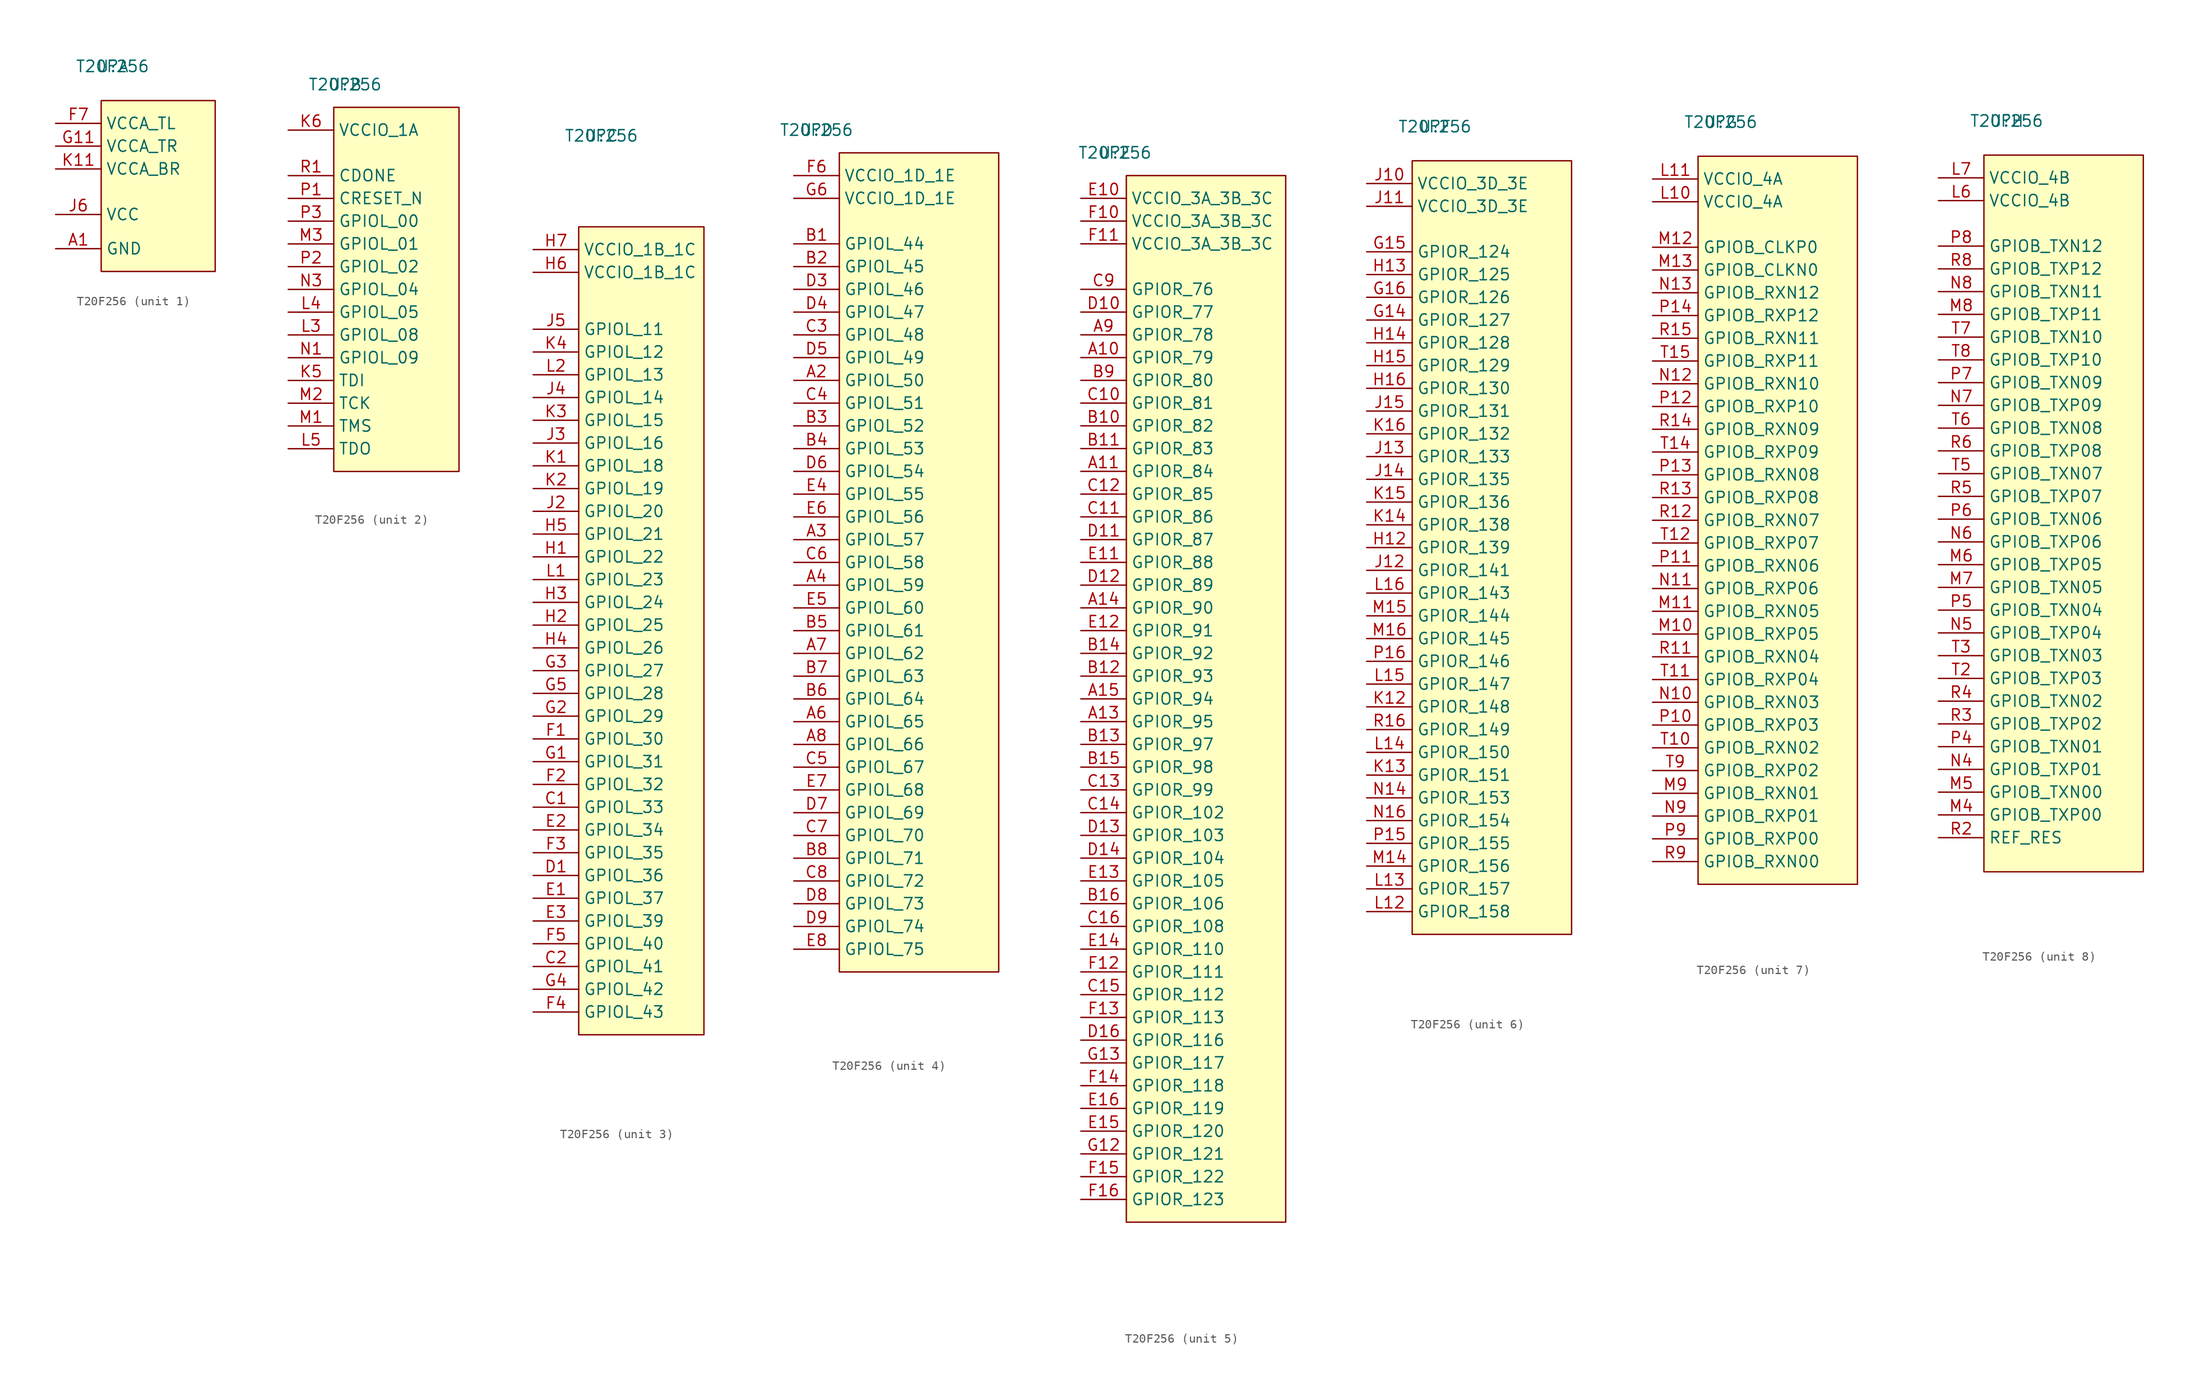
<source format=kicad_sym>
(kicad_symbol_lib
  (version 20211014)
  (generator kicad_symbol_editor)
  (symbol "T20F256"
    (property "Reference" "U"
      (at -5.08 1.27 0)
      (effects (font (size 1.27 1.27))))
    (property "Value" "T20F256"
      (at -5.08 1.27 0)
      (effects (font (size 1.27 1.27))))
    (property "ki_locked" ""
      (at 0 0 0)
      (effects (font (size 1.27 1.27))))
    (symbol "T20F256_1_1"
      (rectangle (start -6.35 -2.54) (end 6.35 -21.59) (stroke (width 0) (type default) (color 0 0 0 0)) (fill (type background)))
      (pin power_in line (at -11.43 -19.05 0) (length 5.08) (name "GND" (effects (font (size 1.27 1.27)))) (number "A1" (effects (font (size 1.27 1.27)))))
      (pin power_in line (at -11.43 -19.05 0) (length 5.08) hide (name "GND" (effects (font (size 1.27 1.27)))) (number "A12" (effects (font (size 1.27 1.27)))))
      (pin power_in line (at -11.43 -19.05 0) (length 5.08) hide (name "GND" (effects (font (size 1.27 1.27)))) (number "A16" (effects (font (size 1.27 1.27)))))
      (pin power_in line (at -11.43 -19.05 0) (length 5.08) hide (name "GND" (effects (font (size 1.27 1.27)))) (number "A5" (effects (font (size 1.27 1.27)))))
      (pin power_in line (at -11.43 -19.05 0) (length 5.08) hide (name "GND" (effects (font (size 1.27 1.27)))) (number "D15" (effects (font (size 1.27 1.27)))))
      (pin power_in line (at -11.43 -19.05 0) (length 5.08) hide (name "GND" (effects (font (size 1.27 1.27)))) (number "D2" (effects (font (size 1.27 1.27)))))
      (pin power_in line (at -11.43 -15.24 0) (length 5.08) hide (name "VCC" (effects (font (size 1.27 1.27)))) (number "E9" (effects (font (size 1.27 1.27)))))
      (pin power_in line (at -11.43 -5.08 0) (length 5.08) (name "VCCA_TL" (effects (font (size 1.27 1.27)))) (number "F7" (effects (font (size 1.27 1.27)))))
      (pin power_in line (at -11.43 -15.24 0) (length 5.08) hide (name "VCC" (effects (font (size 1.27 1.27)))) (number "F8" (effects (font (size 1.27 1.27)))))
      (pin power_in line (at -11.43 -15.24 0) (length 5.08) hide (name "VCC" (effects (font (size 1.27 1.27)))) (number "F9" (effects (font (size 1.27 1.27)))))
      (pin power_in line (at -11.43 -19.05 0) (length 5.08) hide (name "GND" (effects (font (size 1.27 1.27)))) (number "G10" (effects (font (size 1.27 1.27)))))
      (pin power_in line (at -11.43 -7.62 0) (length 5.08) (name "VCCA_TR" (effects (font (size 1.27 1.27)))) (number "G11" (effects (font (size 1.27 1.27)))))
      (pin power_in line (at -11.43 -19.05 0) (length 5.08) hide (name "GND" (effects (font (size 1.27 1.27)))) (number "G7" (effects (font (size 1.27 1.27)))))
      (pin power_in line (at -11.43 -19.05 0) (length 5.08) hide (name "GND" (effects (font (size 1.27 1.27)))) (number "G8" (effects (font (size 1.27 1.27)))))
      (pin power_in line (at -11.43 -19.05 0) (length 5.08) hide (name "GND" (effects (font (size 1.27 1.27)))) (number "G9" (effects (font (size 1.27 1.27)))))
      (pin power_in line (at -11.43 -19.05 0) (length 5.08) hide (name "GND" (effects (font (size 1.27 1.27)))) (number "H10" (effects (font (size 1.27 1.27)))))
      (pin power_in line (at -11.43 -19.05 0) (length 5.08) hide (name "GND" (effects (font (size 1.27 1.27)))) (number "H11" (effects (font (size 1.27 1.27)))))
      (pin power_in line (at -11.43 -19.05 0) (length 5.08) hide (name "GND" (effects (font (size 1.27 1.27)))) (number "H8" (effects (font (size 1.27 1.27)))))
      (pin power_in line (at -11.43 -19.05 0) (length 5.08) hide (name "GND" (effects (font (size 1.27 1.27)))) (number "H9" (effects (font (size 1.27 1.27)))))
      (pin power_in line (at -11.43 -19.05 0) (length 5.08) hide (name "GND" (effects (font (size 1.27 1.27)))) (number "J1" (effects (font (size 1.27 1.27)))))
      (pin power_in line (at -11.43 -19.05 0) (length 5.08) hide (name "GND" (effects (font (size 1.27 1.27)))) (number "J16" (effects (font (size 1.27 1.27)))))
      (pin power_in line (at -11.43 -15.24 0) (length 5.08) (name "VCC" (effects (font (size 1.27 1.27)))) (number "J6" (effects (font (size 1.27 1.27)))))
      (pin power_in line (at -11.43 -15.24 0) (length 5.08) hide (name "VCC" (effects (font (size 1.27 1.27)))) (number "J7" (effects (font (size 1.27 1.27)))))
      (pin power_in line (at -11.43 -19.05 0) (length 5.08) hide (name "GND" (effects (font (size 1.27 1.27)))) (number "J8" (effects (font (size 1.27 1.27)))))
      (pin power_in line (at -11.43 -19.05 0) (length 5.08) hide (name "GND" (effects (font (size 1.27 1.27)))) (number "J9" (effects (font (size 1.27 1.27)))))
      (pin power_in line (at -11.43 -19.05 0) (length 5.08) hide (name "GND" (effects (font (size 1.27 1.27)))) (number "K10" (effects (font (size 1.27 1.27)))))
      (pin power_in line (at -11.43 -10.16 0) (length 5.08) (name "VCCA_BR" (effects (font (size 1.27 1.27)))) (number "K11" (effects (font (size 1.27 1.27)))))
      (pin power_in line (at -11.43 -19.05 0) (length 5.08) hide (name "GND" (effects (font (size 1.27 1.27)))) (number "K7" (effects (font (size 1.27 1.27)))))
      (pin power_in line (at -11.43 -19.05 0) (length 5.08) hide (name "GND" (effects (font (size 1.27 1.27)))) (number "K8" (effects (font (size 1.27 1.27)))))
      (pin power_in line (at -11.43 -15.24 0) (length 5.08) hide (name "VCC" (effects (font (size 1.27 1.27)))) (number "K9" (effects (font (size 1.27 1.27)))))
      (pin power_in line (at -11.43 -19.05 0) (length 5.08) hide (name "GND" (effects (font (size 1.27 1.27)))) (number "L8" (effects (font (size 1.27 1.27)))))
      (pin power_in line (at -11.43 -19.05 0) (length 5.08) hide (name "GND" (effects (font (size 1.27 1.27)))) (number "L9" (effects (font (size 1.27 1.27)))))
      (pin power_in line (at -11.43 -19.05 0) (length 5.08) hide (name "GND" (effects (font (size 1.27 1.27)))) (number "N15" (effects (font (size 1.27 1.27)))))
      (pin power_in line (at -11.43 -19.05 0) (length 5.08) hide (name "GND" (effects (font (size 1.27 1.27)))) (number "N2" (effects (font (size 1.27 1.27)))))
      (pin power_in line (at -11.43 -19.05 0) (length 5.08) hide (name "GND" (effects (font (size 1.27 1.27)))) (number "R10" (effects (font (size 1.27 1.27)))))
      (pin power_in line (at -11.43 -19.05 0) (length 5.08) hide (name "GND" (effects (font (size 1.27 1.27)))) (number "R7" (effects (font (size 1.27 1.27)))))
      (pin power_in line (at -11.43 -19.05 0) (length 5.08) hide (name "GND" (effects (font (size 1.27 1.27)))) (number "T1" (effects (font (size 1.27 1.27)))))
      (pin power_in line (at -11.43 -19.05 0) (length 5.08) hide (name "GND" (effects (font (size 1.27 1.27)))) (number "T13" (effects (font (size 1.27 1.27)))))
      (pin power_in line (at -11.43 -19.05 0) (length 5.08) hide (name "GND" (effects (font (size 1.27 1.27)))) (number "T16" (effects (font (size 1.27 1.27)))))
      (pin power_in line (at -11.43 -19.05 0) (length 5.08) hide (name "GND" (effects (font (size 1.27 1.27)))) (number "T4" (effects (font (size 1.27 1.27))))))
    (symbol "T20F256_2_1"
      (rectangle (start -6.35 -1.27) (end 7.62 -41.91) (stroke (width 0) (type default) (color 0 0 0 0)) (fill (type background)))
      (pin input line (at -11.43 -31.75 0) (length 5.08) (name "TDI" (effects (font (size 1.27 1.27)))) (number "K5" (effects (font (size 1.27 1.27)))))
      (pin power_in line (at -11.43 -3.81 0) (length 5.08) (name "VCCIO_1A" (effects (font (size 1.27 1.27)))) (number "K6" (effects (font (size 1.27 1.27)))))
      (pin bidirectional line (at -11.43 -26.67 0) (length 5.08) (name "GPIOL_08" (effects (font (size 1.27 1.27)))) (number "L3" (effects (font (size 1.27 1.27)))))
      (pin bidirectional line (at -11.43 -24.13 0) (length 5.08) (name "GPIOL_05" (effects (font (size 1.27 1.27)))) (number "L4" (effects (font (size 1.27 1.27)))))
      (pin output line (at -11.43 -39.37 0) (length 5.08) (name "TDO" (effects (font (size 1.27 1.27)))) (number "L5" (effects (font (size 1.27 1.27)))))
      (pin input line (at -11.43 -36.83 0) (length 5.08) (name "TMS" (effects (font (size 1.27 1.27)))) (number "M1" (effects (font (size 1.27 1.27)))))
      (pin input line (at -11.43 -34.29 0) (length 5.08) (name "TCK" (effects (font (size 1.27 1.27)))) (number "M2" (effects (font (size 1.27 1.27)))))
      (pin bidirectional line (at -11.43 -16.51 0) (length 5.08) (name "GPIOL_01" (effects (font (size 1.27 1.27)))) (number "M3" (effects (font (size 1.27 1.27)))))
      (pin bidirectional line (at -11.43 -29.21 0) (length 5.08) (name "GPIOL_09" (effects (font (size 1.27 1.27)))) (number "N1" (effects (font (size 1.27 1.27)))))
      (pin bidirectional line (at -11.43 -21.59 0) (length 5.08) (name "GPIOL_04" (effects (font (size 1.27 1.27)))) (number "N3" (effects (font (size 1.27 1.27)))))
      (pin input line (at -11.43 -11.43 0) (length 5.08) (name "CRESET_N" (effects (font (size 1.27 1.27)))) (number "P1" (effects (font (size 1.27 1.27)))))
      (pin bidirectional line (at -11.43 -19.05 0) (length 5.08) (name "GPIOL_02" (effects (font (size 1.27 1.27)))) (number "P2" (effects (font (size 1.27 1.27)))))
      (pin bidirectional line (at -11.43 -13.97 0) (length 5.08) (name "GPIOL_00" (effects (font (size 1.27 1.27)))) (number "P3" (effects (font (size 1.27 1.27)))))
      (pin bidirectional line (at -11.43 -8.89 0) (length 5.08) (name "CDONE" (effects (font (size 1.27 1.27)))) (number "R1" (effects (font (size 1.27 1.27))))))
    (symbol "T20F256_3_1"
      (rectangle (start -7.62 -8.89) (end 6.35 -99.06) (stroke (width 0) (type default) (color 0 0 0 0)) (fill (type background)))
      (pin bidirectional line (at -12.7 -73.66 0) (length 5.08) (name "GPIOL_33" (effects (font (size 1.27 1.27)))) (number "C1" (effects (font (size 1.27 1.27)))))
      (pin bidirectional line (at -12.7 -91.44 0) (length 5.08) (name "GPIOL_41" (effects (font (size 1.27 1.27)))) (number "C2" (effects (font (size 1.27 1.27)))))
      (pin bidirectional line (at -12.7 -81.28 0) (length 5.08) (name "GPIOL_36" (effects (font (size 1.27 1.27)))) (number "D1" (effects (font (size 1.27 1.27)))))
      (pin bidirectional line (at -12.7 -83.82 0) (length 5.08) (name "GPIOL_37" (effects (font (size 1.27 1.27)))) (number "E1" (effects (font (size 1.27 1.27)))))
      (pin bidirectional line (at -12.7 -76.2 0) (length 5.08) (name "GPIOL_34" (effects (font (size 1.27 1.27)))) (number "E2" (effects (font (size 1.27 1.27)))))
      (pin bidirectional line (at -12.7 -86.36 0) (length 5.08) (name "GPIOL_39" (effects (font (size 1.27 1.27)))) (number "E3" (effects (font (size 1.27 1.27)))))
      (pin bidirectional line (at -12.7 -66.04 0) (length 5.08) (name "GPIOL_30" (effects (font (size 1.27 1.27)))) (number "F1" (effects (font (size 1.27 1.27)))))
      (pin bidirectional line (at -12.7 -71.12 0) (length 5.08) (name "GPIOL_32" (effects (font (size 1.27 1.27)))) (number "F2" (effects (font (size 1.27 1.27)))))
      (pin bidirectional line (at -12.7 -78.74 0) (length 5.08) (name "GPIOL_35" (effects (font (size 1.27 1.27)))) (number "F3" (effects (font (size 1.27 1.27)))))
      (pin bidirectional line (at -12.7 -96.52 0) (length 5.08) (name "GPIOL_43" (effects (font (size 1.27 1.27)))) (number "F4" (effects (font (size 1.27 1.27)))))
      (pin bidirectional line (at -12.7 -88.9 0) (length 5.08) (name "GPIOL_40" (effects (font (size 1.27 1.27)))) (number "F5" (effects (font (size 1.27 1.27)))))
      (pin bidirectional line (at -12.7 -68.58 0) (length 5.08) (name "GPIOL_31" (effects (font (size 1.27 1.27)))) (number "G1" (effects (font (size 1.27 1.27)))))
      (pin bidirectional line (at -12.7 -63.5 0) (length 5.08) (name "GPIOL_29" (effects (font (size 1.27 1.27)))) (number "G2" (effects (font (size 1.27 1.27)))))
      (pin bidirectional line (at -12.7 -58.42 0) (length 5.08) (name "GPIOL_27" (effects (font (size 1.27 1.27)))) (number "G3" (effects (font (size 1.27 1.27)))))
      (pin bidirectional line (at -12.7 -93.98 0) (length 5.08) (name "GPIOL_42" (effects (font (size 1.27 1.27)))) (number "G4" (effects (font (size 1.27 1.27)))))
      (pin bidirectional line (at -12.7 -60.96 0) (length 5.08) (name "GPIOL_28" (effects (font (size 1.27 1.27)))) (number "G5" (effects (font (size 1.27 1.27)))))
      (pin bidirectional line (at -12.7 -45.72 0) (length 5.08) (name "GPIOL_22" (effects (font (size 1.27 1.27)))) (number "H1" (effects (font (size 1.27 1.27)))))
      (pin bidirectional line (at -12.7 -53.34 0) (length 5.08) (name "GPIOL_25" (effects (font (size 1.27 1.27)))) (number "H2" (effects (font (size 1.27 1.27)))))
      (pin bidirectional line (at -12.7 -50.8 0) (length 5.08) (name "GPIOL_24" (effects (font (size 1.27 1.27)))) (number "H3" (effects (font (size 1.27 1.27)))))
      (pin bidirectional line (at -12.7 -55.88 0) (length 5.08) (name "GPIOL_26" (effects (font (size 1.27 1.27)))) (number "H4" (effects (font (size 1.27 1.27)))))
      (pin bidirectional line (at -12.7 -43.18 0) (length 5.08) (name "GPIOL_21" (effects (font (size 1.27 1.27)))) (number "H5" (effects (font (size 1.27 1.27)))))
      (pin power_in line (at -12.7 -13.97 0) (length 5.08) (name "VCCIO_1B_1C" (effects (font (size 1.27 1.27)))) (number "H6" (effects (font (size 1.27 1.27)))))
      (pin power_in line (at -12.7 -11.43 0) (length 5.08) (name "VCCIO_1B_1C" (effects (font (size 1.27 1.27)))) (number "H7" (effects (font (size 1.27 1.27)))))
      (pin bidirectional line (at -12.7 -40.64 0) (length 5.08) (name "GPIOL_20" (effects (font (size 1.27 1.27)))) (number "J2" (effects (font (size 1.27 1.27)))))
      (pin bidirectional line (at -12.7 -33.02 0) (length 5.08) (name "GPIOL_16" (effects (font (size 1.27 1.27)))) (number "J3" (effects (font (size 1.27 1.27)))))
      (pin bidirectional line (at -12.7 -27.94 0) (length 5.08) (name "GPIOL_14" (effects (font (size 1.27 1.27)))) (number "J4" (effects (font (size 1.27 1.27)))))
      (pin bidirectional line (at -12.7 -20.32 0) (length 5.08) (name "GPIOL_11" (effects (font (size 1.27 1.27)))) (number "J5" (effects (font (size 1.27 1.27)))))
      (pin bidirectional line (at -12.7 -35.56 0) (length 5.08) (name "GPIOL_18" (effects (font (size 1.27 1.27)))) (number "K1" (effects (font (size 1.27 1.27)))))
      (pin bidirectional line (at -12.7 -38.1 0) (length 5.08) (name "GPIOL_19" (effects (font (size 1.27 1.27)))) (number "K2" (effects (font (size 1.27 1.27)))))
      (pin bidirectional line (at -12.7 -30.48 0) (length 5.08) (name "GPIOL_15" (effects (font (size 1.27 1.27)))) (number "K3" (effects (font (size 1.27 1.27)))))
      (pin bidirectional line (at -12.7 -22.86 0) (length 5.08) (name "GPIOL_12" (effects (font (size 1.27 1.27)))) (number "K4" (effects (font (size 1.27 1.27)))))
      (pin bidirectional line (at -12.7 -48.26 0) (length 5.08) (name "GPIOL_23" (effects (font (size 1.27 1.27)))) (number "L1" (effects (font (size 1.27 1.27)))))
      (pin bidirectional line (at -12.7 -25.4 0) (length 5.08) (name "GPIOL_13" (effects (font (size 1.27 1.27)))) (number "L2" (effects (font (size 1.27 1.27))))))
    (symbol "T20F256_4_1"
      (rectangle (start -2.54 -1.27) (end 15.24 -92.71) (stroke (width 0) (type default) (color 0 0 0 0)) (fill (type background)))
      (pin bidirectional line (at -7.62 -26.67 0) (length 5.08) (name "GPIOL_50" (effects (font (size 1.27 1.27)))) (number "A2" (effects (font (size 1.27 1.27)))))
      (pin bidirectional line (at -7.62 -44.45 0) (length 5.08) (name "GPIOL_57" (effects (font (size 1.27 1.27)))) (number "A3" (effects (font (size 1.27 1.27)))))
      (pin bidirectional line (at -7.62 -49.53 0) (length 5.08) (name "GPIOL_59" (effects (font (size 1.27 1.27)))) (number "A4" (effects (font (size 1.27 1.27)))))
      (pin bidirectional line (at -7.62 -64.77 0) (length 5.08) (name "GPIOL_65" (effects (font (size 1.27 1.27)))) (number "A6" (effects (font (size 1.27 1.27)))))
      (pin bidirectional line (at -7.62 -57.15 0) (length 5.08) (name "GPIOL_62" (effects (font (size 1.27 1.27)))) (number "A7" (effects (font (size 1.27 1.27)))))
      (pin bidirectional line (at -7.62 -67.31 0) (length 5.08) (name "GPIOL_66" (effects (font (size 1.27 1.27)))) (number "A8" (effects (font (size 1.27 1.27)))))
      (pin bidirectional line (at -7.62 -11.43 0) (length 5.08) (name "GPIOL_44" (effects (font (size 1.27 1.27)))) (number "B1" (effects (font (size 1.27 1.27)))))
      (pin bidirectional line (at -7.62 -13.97 0) (length 5.08) (name "GPIOL_45" (effects (font (size 1.27 1.27)))) (number "B2" (effects (font (size 1.27 1.27)))))
      (pin bidirectional line (at -7.62 -31.75 0) (length 5.08) (name "GPIOL_52" (effects (font (size 1.27 1.27)))) (number "B3" (effects (font (size 1.27 1.27)))))
      (pin bidirectional line (at -7.62 -34.29 0) (length 5.08) (name "GPIOL_53" (effects (font (size 1.27 1.27)))) (number "B4" (effects (font (size 1.27 1.27)))))
      (pin bidirectional line (at -7.62 -54.61 0) (length 5.08) (name "GPIOL_61" (effects (font (size 1.27 1.27)))) (number "B5" (effects (font (size 1.27 1.27)))))
      (pin bidirectional line (at -7.62 -62.23 0) (length 5.08) (name "GPIOL_64" (effects (font (size 1.27 1.27)))) (number "B6" (effects (font (size 1.27 1.27)))))
      (pin bidirectional line (at -7.62 -59.69 0) (length 5.08) (name "GPIOL_63" (effects (font (size 1.27 1.27)))) (number "B7" (effects (font (size 1.27 1.27)))))
      (pin bidirectional line (at -7.62 -80.01 0) (length 5.08) (name "GPIOL_71" (effects (font (size 1.27 1.27)))) (number "B8" (effects (font (size 1.27 1.27)))))
      (pin bidirectional line (at -7.62 -21.59 0) (length 5.08) (name "GPIOL_48" (effects (font (size 1.27 1.27)))) (number "C3" (effects (font (size 1.27 1.27)))))
      (pin bidirectional line (at -7.62 -29.21 0) (length 5.08) (name "GPIOL_51" (effects (font (size 1.27 1.27)))) (number "C4" (effects (font (size 1.27 1.27)))))
      (pin bidirectional line (at -7.62 -69.85 0) (length 5.08) (name "GPIOL_67" (effects (font (size 1.27 1.27)))) (number "C5" (effects (font (size 1.27 1.27)))))
      (pin bidirectional line (at -7.62 -46.99 0) (length 5.08) (name "GPIOL_58" (effects (font (size 1.27 1.27)))) (number "C6" (effects (font (size 1.27 1.27)))))
      (pin bidirectional line (at -7.62 -77.47 0) (length 5.08) (name "GPIOL_70" (effects (font (size 1.27 1.27)))) (number "C7" (effects (font (size 1.27 1.27)))))
      (pin bidirectional line (at -7.62 -82.55 0) (length 5.08) (name "GPIOL_72" (effects (font (size 1.27 1.27)))) (number "C8" (effects (font (size 1.27 1.27)))))
      (pin bidirectional line (at -7.62 -16.51 0) (length 5.08) (name "GPIOL_46" (effects (font (size 1.27 1.27)))) (number "D3" (effects (font (size 1.27 1.27)))))
      (pin bidirectional line (at -7.62 -19.05 0) (length 5.08) (name "GPIOL_47" (effects (font (size 1.27 1.27)))) (number "D4" (effects (font (size 1.27 1.27)))))
      (pin bidirectional line (at -7.62 -24.13 0) (length 5.08) (name "GPIOL_49" (effects (font (size 1.27 1.27)))) (number "D5" (effects (font (size 1.27 1.27)))))
      (pin bidirectional line (at -7.62 -36.83 0) (length 5.08) (name "GPIOL_54" (effects (font (size 1.27 1.27)))) (number "D6" (effects (font (size 1.27 1.27)))))
      (pin bidirectional line (at -7.62 -74.93 0) (length 5.08) (name "GPIOL_69" (effects (font (size 1.27 1.27)))) (number "D7" (effects (font (size 1.27 1.27)))))
      (pin bidirectional line (at -7.62 -85.09 0) (length 5.08) (name "GPIOL_73" (effects (font (size 1.27 1.27)))) (number "D8" (effects (font (size 1.27 1.27)))))
      (pin bidirectional line (at -7.62 -87.63 0) (length 5.08) (name "GPIOL_74" (effects (font (size 1.27 1.27)))) (number "D9" (effects (font (size 1.27 1.27)))))
      (pin bidirectional line (at -7.62 -39.37 0) (length 5.08) (name "GPIOL_55" (effects (font (size 1.27 1.27)))) (number "E4" (effects (font (size 1.27 1.27)))))
      (pin bidirectional line (at -7.62 -52.07 0) (length 5.08) (name "GPIOL_60" (effects (font (size 1.27 1.27)))) (number "E5" (effects (font (size 1.27 1.27)))))
      (pin bidirectional line (at -7.62 -41.91 0) (length 5.08) (name "GPIOL_56" (effects (font (size 1.27 1.27)))) (number "E6" (effects (font (size 1.27 1.27)))))
      (pin bidirectional line (at -7.62 -72.39 0) (length 5.08) (name "GPIOL_68" (effects (font (size 1.27 1.27)))) (number "E7" (effects (font (size 1.27 1.27)))))
      (pin bidirectional line (at -7.62 -90.17 0) (length 5.08) (name "GPIOL_75" (effects (font (size 1.27 1.27)))) (number "E8" (effects (font (size 1.27 1.27)))))
      (pin power_in line (at -7.62 -3.81 0) (length 5.08) (name "VCCIO_1D_1E" (effects (font (size 1.27 1.27)))) (number "F6" (effects (font (size 1.27 1.27)))))
      (pin power_in line (at -7.62 -6.35 0) (length 5.08) (name "VCCIO_1D_1E" (effects (font (size 1.27 1.27)))) (number "G6" (effects (font (size 1.27 1.27))))))
    (symbol "T20F256_5_1"
      (rectangle (start -3.81 -1.27) (end 13.97 -118.11) (stroke (width 0) (type default) (color 0 0 0 0)) (fill (type background)))
      (pin bidirectional line (at -8.89 -21.59 0) (length 5.08) (name "GPIOR_79" (effects (font (size 1.27 1.27)))) (number "A10" (effects (font (size 1.27 1.27)))))
      (pin bidirectional line (at -8.89 -34.29 0) (length 5.08) (name "GPIOR_84" (effects (font (size 1.27 1.27)))) (number "A11" (effects (font (size 1.27 1.27)))))
      (pin bidirectional line (at -8.89 -62.23 0) (length 5.08) (name "GPIOR_95" (effects (font (size 1.27 1.27)))) (number "A13" (effects (font (size 1.27 1.27)))))
      (pin bidirectional line (at -8.89 -49.53 0) (length 5.08) (name "GPIOR_90" (effects (font (size 1.27 1.27)))) (number "A14" (effects (font (size 1.27 1.27)))))
      (pin bidirectional line (at -8.89 -59.69 0) (length 5.08) (name "GPIOR_94" (effects (font (size 1.27 1.27)))) (number "A15" (effects (font (size 1.27 1.27)))))
      (pin bidirectional line (at -8.89 -19.05 0) (length 5.08) (name "GPIOR_78" (effects (font (size 1.27 1.27)))) (number "A9" (effects (font (size 1.27 1.27)))))
      (pin bidirectional line (at -8.89 -29.21 0) (length 5.08) (name "GPIOR_82" (effects (font (size 1.27 1.27)))) (number "B10" (effects (font (size 1.27 1.27)))))
      (pin bidirectional line (at -8.89 -31.75 0) (length 5.08) (name "GPIOR_83" (effects (font (size 1.27 1.27)))) (number "B11" (effects (font (size 1.27 1.27)))))
      (pin bidirectional line (at -8.89 -57.15 0) (length 5.08) (name "GPIOR_93" (effects (font (size 1.27 1.27)))) (number "B12" (effects (font (size 1.27 1.27)))))
      (pin bidirectional line (at -8.89 -64.77 0) (length 5.08) (name "GPIOR_97" (effects (font (size 1.27 1.27)))) (number "B13" (effects (font (size 1.27 1.27)))))
      (pin bidirectional line (at -8.89 -54.61 0) (length 5.08) (name "GPIOR_92" (effects (font (size 1.27 1.27)))) (number "B14" (effects (font (size 1.27 1.27)))))
      (pin bidirectional line (at -8.89 -67.31 0) (length 5.08) (name "GPIOR_98" (effects (font (size 1.27 1.27)))) (number "B15" (effects (font (size 1.27 1.27)))))
      (pin bidirectional line (at -8.89 -82.55 0) (length 5.08) (name "GPIOR_106" (effects (font (size 1.27 1.27)))) (number "B16" (effects (font (size 1.27 1.27)))))
      (pin bidirectional line (at -8.89 -24.13 0) (length 5.08) (name "GPIOR_80" (effects (font (size 1.27 1.27)))) (number "B9" (effects (font (size 1.27 1.27)))))
      (pin bidirectional line (at -8.89 -26.67 0) (length 5.08) (name "GPIOR_81" (effects (font (size 1.27 1.27)))) (number "C10" (effects (font (size 1.27 1.27)))))
      (pin bidirectional line (at -8.89 -39.37 0) (length 5.08) (name "GPIOR_86" (effects (font (size 1.27 1.27)))) (number "C11" (effects (font (size 1.27 1.27)))))
      (pin bidirectional line (at -8.89 -36.83 0) (length 5.08) (name "GPIOR_85" (effects (font (size 1.27 1.27)))) (number "C12" (effects (font (size 1.27 1.27)))))
      (pin bidirectional line (at -8.89 -69.85 0) (length 5.08) (name "GPIOR_99" (effects (font (size 1.27 1.27)))) (number "C13" (effects (font (size 1.27 1.27)))))
      (pin bidirectional line (at -8.89 -72.39 0) (length 5.08) (name "GPIOR_102" (effects (font (size 1.27 1.27)))) (number "C14" (effects (font (size 1.27 1.27)))))
      (pin bidirectional line (at -8.89 -92.71 0) (length 5.08) (name "GPIOR_112" (effects (font (size 1.27 1.27)))) (number "C15" (effects (font (size 1.27 1.27)))))
      (pin bidirectional line (at -8.89 -85.09 0) (length 5.08) (name "GPIOR_108" (effects (font (size 1.27 1.27)))) (number "C16" (effects (font (size 1.27 1.27)))))
      (pin bidirectional line (at -8.89 -13.97 0) (length 5.08) (name "GPIOR_76" (effects (font (size 1.27 1.27)))) (number "C9" (effects (font (size 1.27 1.27)))))
      (pin bidirectional line (at -8.89 -16.51 0) (length 5.08) (name "GPIOR_77" (effects (font (size 1.27 1.27)))) (number "D10" (effects (font (size 1.27 1.27)))))
      (pin bidirectional line (at -8.89 -41.91 0) (length 5.08) (name "GPIOR_87" (effects (font (size 1.27 1.27)))) (number "D11" (effects (font (size 1.27 1.27)))))
      (pin bidirectional line (at -8.89 -46.99 0) (length 5.08) (name "GPIOR_89" (effects (font (size 1.27 1.27)))) (number "D12" (effects (font (size 1.27 1.27)))))
      (pin bidirectional line (at -8.89 -74.93 0) (length 5.08) (name "GPIOR_103" (effects (font (size 1.27 1.27)))) (number "D13" (effects (font (size 1.27 1.27)))))
      (pin bidirectional line (at -8.89 -77.47 0) (length 5.08) (name "GPIOR_104" (effects (font (size 1.27 1.27)))) (number "D14" (effects (font (size 1.27 1.27)))))
      (pin bidirectional line (at -8.89 -97.79 0) (length 5.08) (name "GPIOR_116" (effects (font (size 1.27 1.27)))) (number "D16" (effects (font (size 1.27 1.27)))))
      (pin power_in line (at -8.89 -3.81 0) (length 5.08) (name "VCCIO_3A_3B_3C" (effects (font (size 1.27 1.27)))) (number "E10" (effects (font (size 1.27 1.27)))))
      (pin bidirectional line (at -8.89 -44.45 0) (length 5.08) (name "GPIOR_88" (effects (font (size 1.27 1.27)))) (number "E11" (effects (font (size 1.27 1.27)))))
      (pin bidirectional line (at -8.89 -52.07 0) (length 5.08) (name "GPIOR_91" (effects (font (size 1.27 1.27)))) (number "E12" (effects (font (size 1.27 1.27)))))
      (pin bidirectional line (at -8.89 -80.01 0) (length 5.08) (name "GPIOR_105" (effects (font (size 1.27 1.27)))) (number "E13" (effects (font (size 1.27 1.27)))))
      (pin bidirectional line (at -8.89 -87.63 0) (length 5.08) (name "GPIOR_110" (effects (font (size 1.27 1.27)))) (number "E14" (effects (font (size 1.27 1.27)))))
      (pin bidirectional line (at -8.89 -107.95 0) (length 5.08) (name "GPIOR_120" (effects (font (size 1.27 1.27)))) (number "E15" (effects (font (size 1.27 1.27)))))
      (pin bidirectional line (at -8.89 -105.41 0) (length 5.08) (name "GPIOR_119" (effects (font (size 1.27 1.27)))) (number "E16" (effects (font (size 1.27 1.27)))))
      (pin power_in line (at -8.89 -6.35 0) (length 5.08) (name "VCCIO_3A_3B_3C" (effects (font (size 1.27 1.27)))) (number "F10" (effects (font (size 1.27 1.27)))))
      (pin power_in line (at -8.89 -8.89 0) (length 5.08) (name "VCCIO_3A_3B_3C" (effects (font (size 1.27 1.27)))) (number "F11" (effects (font (size 1.27 1.27)))))
      (pin bidirectional line (at -8.89 -90.17 0) (length 5.08) (name "GPIOR_111" (effects (font (size 1.27 1.27)))) (number "F12" (effects (font (size 1.27 1.27)))))
      (pin bidirectional line (at -8.89 -95.25 0) (length 5.08) (name "GPIOR_113" (effects (font (size 1.27 1.27)))) (number "F13" (effects (font (size 1.27 1.27)))))
      (pin bidirectional line (at -8.89 -102.87 0) (length 5.08) (name "GPIOR_118" (effects (font (size 1.27 1.27)))) (number "F14" (effects (font (size 1.27 1.27)))))
      (pin bidirectional line (at -8.89 -113.03 0) (length 5.08) (name "GPIOR_122" (effects (font (size 1.27 1.27)))) (number "F15" (effects (font (size 1.27 1.27)))))
      (pin bidirectional line (at -8.89 -115.57 0) (length 5.08) (name "GPIOR_123" (effects (font (size 1.27 1.27)))) (number "F16" (effects (font (size 1.27 1.27)))))
      (pin bidirectional line (at -8.89 -110.49 0) (length 5.08) (name "GPIOR_121" (effects (font (size 1.27 1.27)))) (number "G12" (effects (font (size 1.27 1.27)))))
      (pin bidirectional line (at -8.89 -100.33 0) (length 5.08) (name "GPIOR_117" (effects (font (size 1.27 1.27)))) (number "G13" (effects (font (size 1.27 1.27))))))
    (symbol "T20F256_6_1"
      (rectangle (start -7.62 -88.9) (end 10.16 -2.54) (stroke (width 0) (type default) (color 0 0 0 0)) (fill (type background)))
      (pin bidirectional line (at -12.7 -20.32 0) (length 5.08) (name "GPIOR_127" (effects (font (size 1.27 1.27)))) (number "G14" (effects (font (size 1.27 1.27)))))
      (pin bidirectional line (at -12.7 -12.7 0) (length 5.08) (name "GPIOR_124" (effects (font (size 1.27 1.27)))) (number "G15" (effects (font (size 1.27 1.27)))))
      (pin bidirectional line (at -12.7 -17.78 0) (length 5.08) (name "GPIOR_126" (effects (font (size 1.27 1.27)))) (number "G16" (effects (font (size 1.27 1.27)))))
      (pin bidirectional line (at -12.7 -45.72 0) (length 5.08) (name "GPIOR_139" (effects (font (size 1.27 1.27)))) (number "H12" (effects (font (size 1.27 1.27)))))
      (pin bidirectional line (at -12.7 -15.24 0) (length 5.08) (name "GPIOR_125" (effects (font (size 1.27 1.27)))) (number "H13" (effects (font (size 1.27 1.27)))))
      (pin bidirectional line (at -12.7 -22.86 0) (length 5.08) (name "GPIOR_128" (effects (font (size 1.27 1.27)))) (number "H14" (effects (font (size 1.27 1.27)))))
      (pin bidirectional line (at -12.7 -25.4 0) (length 5.08) (name "GPIOR_129" (effects (font (size 1.27 1.27)))) (number "H15" (effects (font (size 1.27 1.27)))))
      (pin bidirectional line (at -12.7 -27.94 0) (length 5.08) (name "GPIOR_130" (effects (font (size 1.27 1.27)))) (number "H16" (effects (font (size 1.27 1.27)))))
      (pin power_in line (at -12.7 -5.08 0) (length 5.08) (name "VCCIO_3D_3E" (effects (font (size 1.27 1.27)))) (number "J10" (effects (font (size 1.27 1.27)))))
      (pin power_in line (at -12.7 -7.62 0) (length 5.08) (name "VCCIO_3D_3E" (effects (font (size 1.27 1.27)))) (number "J11" (effects (font (size 1.27 1.27)))))
      (pin bidirectional line (at -12.7 -48.26 0) (length 5.08) (name "GPIOR_141" (effects (font (size 1.27 1.27)))) (number "J12" (effects (font (size 1.27 1.27)))))
      (pin bidirectional line (at -12.7 -35.56 0) (length 5.08) (name "GPIOR_133" (effects (font (size 1.27 1.27)))) (number "J13" (effects (font (size 1.27 1.27)))))
      (pin bidirectional line (at -12.7 -38.1 0) (length 5.08) (name "GPIOR_135" (effects (font (size 1.27 1.27)))) (number "J14" (effects (font (size 1.27 1.27)))))
      (pin bidirectional line (at -12.7 -30.48 0) (length 5.08) (name "GPIOR_131" (effects (font (size 1.27 1.27)))) (number "J15" (effects (font (size 1.27 1.27)))))
      (pin bidirectional line (at -12.7 -63.5 0) (length 5.08) (name "GPIOR_148" (effects (font (size 1.27 1.27)))) (number "K12" (effects (font (size 1.27 1.27)))))
      (pin bidirectional line (at -12.7 -71.12 0) (length 5.08) (name "GPIOR_151" (effects (font (size 1.27 1.27)))) (number "K13" (effects (font (size 1.27 1.27)))))
      (pin bidirectional line (at -12.7 -43.18 0) (length 5.08) (name "GPIOR_138" (effects (font (size 1.27 1.27)))) (number "K14" (effects (font (size 1.27 1.27)))))
      (pin bidirectional line (at -12.7 -40.64 0) (length 5.08) (name "GPIOR_136" (effects (font (size 1.27 1.27)))) (number "K15" (effects (font (size 1.27 1.27)))))
      (pin bidirectional line (at -12.7 -33.02 0) (length 5.08) (name "GPIOR_132" (effects (font (size 1.27 1.27)))) (number "K16" (effects (font (size 1.27 1.27)))))
      (pin bidirectional line (at -12.7 -86.36 0) (length 5.08) (name "GPIOR_158" (effects (font (size 1.27 1.27)))) (number "L12" (effects (font (size 1.27 1.27)))))
      (pin bidirectional line (at -12.7 -83.82 0) (length 5.08) (name "GPIOR_157" (effects (font (size 1.27 1.27)))) (number "L13" (effects (font (size 1.27 1.27)))))
      (pin bidirectional line (at -12.7 -68.58 0) (length 5.08) (name "GPIOR_150" (effects (font (size 1.27 1.27)))) (number "L14" (effects (font (size 1.27 1.27)))))
      (pin bidirectional line (at -12.7 -60.96 0) (length 5.08) (name "GPIOR_147" (effects (font (size 1.27 1.27)))) (number "L15" (effects (font (size 1.27 1.27)))))
      (pin bidirectional line (at -12.7 -50.8 0) (length 5.08) (name "GPIOR_143" (effects (font (size 1.27 1.27)))) (number "L16" (effects (font (size 1.27 1.27)))))
      (pin bidirectional line (at -12.7 -81.28 0) (length 5.08) (name "GPIOR_156" (effects (font (size 1.27 1.27)))) (number "M14" (effects (font (size 1.27 1.27)))))
      (pin bidirectional line (at -12.7 -53.34 0) (length 5.08) (name "GPIOR_144" (effects (font (size 1.27 1.27)))) (number "M15" (effects (font (size 1.27 1.27)))))
      (pin bidirectional line (at -12.7 -55.88 0) (length 5.08) (name "GPIOR_145" (effects (font (size 1.27 1.27)))) (number "M16" (effects (font (size 1.27 1.27)))))
      (pin bidirectional line (at -12.7 -73.66 0) (length 5.08) (name "GPIOR_153" (effects (font (size 1.27 1.27)))) (number "N14" (effects (font (size 1.27 1.27)))))
      (pin bidirectional line (at -12.7 -76.2 0) (length 5.08) (name "GPIOR_154" (effects (font (size 1.27 1.27)))) (number "N16" (effects (font (size 1.27 1.27)))))
      (pin bidirectional line (at -12.7 -78.74 0) (length 5.08) (name "GPIOR_155" (effects (font (size 1.27 1.27)))) (number "P15" (effects (font (size 1.27 1.27)))))
      (pin bidirectional line (at -12.7 -58.42 0) (length 5.08) (name "GPIOR_146" (effects (font (size 1.27 1.27)))) (number "P16" (effects (font (size 1.27 1.27)))))
      (pin bidirectional line (at -12.7 -66.04 0) (length 5.08) (name "GPIOR_149" (effects (font (size 1.27 1.27)))) (number "R16" (effects (font (size 1.27 1.27))))))
    (symbol "T20F256_7_1"
      (rectangle (start -7.62 -2.54) (end 10.16 -83.82) (stroke (width 0) (type default) (color 0 0 0 0)) (fill (type background)))
      (pin power_in line (at -12.7 -7.62 0) (length 5.08) (name "VCCIO_4A" (effects (font (size 1.27 1.27)))) (number "L10" (effects (font (size 1.27 1.27)))))
      (pin power_in line (at -12.7 -5.08 0) (length 5.08) (name "VCCIO_4A" (effects (font (size 1.27 1.27)))) (number "L11" (effects (font (size 1.27 1.27)))))
      (pin bidirectional line (at -12.7 -55.88 0) (length 5.08) (name "GPIOB_RXP05" (effects (font (size 1.27 1.27)))) (number "M10" (effects (font (size 1.27 1.27)))))
      (pin bidirectional line (at -12.7 -53.34 0) (length 5.08) (name "GPIOB_RXN05" (effects (font (size 1.27 1.27)))) (number "M11" (effects (font (size 1.27 1.27)))))
      (pin input line (at -12.7 -12.7 0) (length 5.08) (name "GPIOB_CLKP0" (effects (font (size 1.27 1.27)))) (number "M12" (effects (font (size 1.27 1.27)))))
      (pin input line (at -12.7 -15.24 0) (length 5.08) (name "GPIOB_CLKN0" (effects (font (size 1.27 1.27)))) (number "M13" (effects (font (size 1.27 1.27)))))
      (pin bidirectional line (at -12.7 -73.66 0) (length 5.08) (name "GPIOB_RXN01" (effects (font (size 1.27 1.27)))) (number "M9" (effects (font (size 1.27 1.27)))))
      (pin bidirectional line (at -12.7 -63.5 0) (length 5.08) (name "GPIOB_RXN03" (effects (font (size 1.27 1.27)))) (number "N10" (effects (font (size 1.27 1.27)))))
      (pin bidirectional line (at -12.7 -50.8 0) (length 5.08) (name "GPIOB_RXP06" (effects (font (size 1.27 1.27)))) (number "N11" (effects (font (size 1.27 1.27)))))
      (pin bidirectional line (at -12.7 -27.94 0) (length 5.08) (name "GPIOB_RXN10" (effects (font (size 1.27 1.27)))) (number "N12" (effects (font (size 1.27 1.27)))))
      (pin bidirectional line (at -12.7 -17.78 0) (length 5.08) (name "GPIOB_RXN12" (effects (font (size 1.27 1.27)))) (number "N13" (effects (font (size 1.27 1.27)))))
      (pin bidirectional line (at -12.7 -76.2 0) (length 5.08) (name "GPIOB_RXP01" (effects (font (size 1.27 1.27)))) (number "N9" (effects (font (size 1.27 1.27)))))
      (pin bidirectional line (at -12.7 -66.04 0) (length 5.08) (name "GPIOB_RXP03" (effects (font (size 1.27 1.27)))) (number "P10" (effects (font (size 1.27 1.27)))))
      (pin bidirectional line (at -12.7 -48.26 0) (length 5.08) (name "GPIOB_RXN06" (effects (font (size 1.27 1.27)))) (number "P11" (effects (font (size 1.27 1.27)))))
      (pin bidirectional line (at -12.7 -30.48 0) (length 5.08) (name "GPIOB_RXP10" (effects (font (size 1.27 1.27)))) (number "P12" (effects (font (size 1.27 1.27)))))
      (pin bidirectional line (at -12.7 -38.1 0) (length 5.08) (name "GPIOB_RXN08" (effects (font (size 1.27 1.27)))) (number "P13" (effects (font (size 1.27 1.27)))))
      (pin bidirectional line (at -12.7 -20.32 0) (length 5.08) (name "GPIOB_RXP12" (effects (font (size 1.27 1.27)))) (number "P14" (effects (font (size 1.27 1.27)))))
      (pin bidirectional line (at -12.7 -78.74 0) (length 5.08) (name "GPIOB_RXP00" (effects (font (size 1.27 1.27)))) (number "P9" (effects (font (size 1.27 1.27)))))
      (pin bidirectional line (at -12.7 -58.42 0) (length 5.08) (name "GPIOB_RXN04" (effects (font (size 1.27 1.27)))) (number "R11" (effects (font (size 1.27 1.27)))))
      (pin bidirectional line (at -12.7 -43.18 0) (length 5.08) (name "GPIOB_RXN07" (effects (font (size 1.27 1.27)))) (number "R12" (effects (font (size 1.27 1.27)))))
      (pin bidirectional line (at -12.7 -40.64 0) (length 5.08) (name "GPIOB_RXP08" (effects (font (size 1.27 1.27)))) (number "R13" (effects (font (size 1.27 1.27)))))
      (pin bidirectional line (at -12.7 -33.02 0) (length 5.08) (name "GPIOB_RXN09" (effects (font (size 1.27 1.27)))) (number "R14" (effects (font (size 1.27 1.27)))))
      (pin bidirectional line (at -12.7 -22.86 0) (length 5.08) (name "GPIOB_RXN11" (effects (font (size 1.27 1.27)))) (number "R15" (effects (font (size 1.27 1.27)))))
      (pin bidirectional line (at -12.7 -81.28 0) (length 5.08) (name "GPIOB_RXN00" (effects (font (size 1.27 1.27)))) (number "R9" (effects (font (size 1.27 1.27)))))
      (pin bidirectional line (at -12.7 -68.58 0) (length 5.08) (name "GPIOB_RXN02" (effects (font (size 1.27 1.27)))) (number "T10" (effects (font (size 1.27 1.27)))))
      (pin bidirectional line (at -12.7 -60.96 0) (length 5.08) (name "GPIOB_RXP04" (effects (font (size 1.27 1.27)))) (number "T11" (effects (font (size 1.27 1.27)))))
      (pin bidirectional line (at -12.7 -45.72 0) (length 5.08) (name "GPIOB_RXP07" (effects (font (size 1.27 1.27)))) (number "T12" (effects (font (size 1.27 1.27)))))
      (pin bidirectional line (at -12.7 -35.56 0) (length 5.08) (name "GPIOB_RXP09" (effects (font (size 1.27 1.27)))) (number "T14" (effects (font (size 1.27 1.27)))))
      (pin bidirectional line (at -12.7 -25.4 0) (length 5.08) (name "GPIOB_RXP11" (effects (font (size 1.27 1.27)))) (number "T15" (effects (font (size 1.27 1.27)))))
      (pin bidirectional line (at -12.7 -71.12 0) (length 5.08) (name "GPIOB_RXP02" (effects (font (size 1.27 1.27)))) (number "T9" (effects (font (size 1.27 1.27))))))
    (symbol "T20F256_8_1"
      (rectangle (start -7.62 -2.54) (end 10.16 -82.55) (stroke (width 0) (type default) (color 0 0 0 0)) (fill (type background)))
      (pin power_in line (at -12.7 -7.62 0) (length 5.08) (name "VCCIO_4B" (effects (font (size 1.27 1.27)))) (number "L6" (effects (font (size 1.27 1.27)))))
      (pin power_in line (at -12.7 -5.08 0) (length 5.08) (name "VCCIO_4B" (effects (font (size 1.27 1.27)))) (number "L7" (effects (font (size 1.27 1.27)))))
      (pin bidirectional line (at -12.7 -76.2 0) (length 5.08) (name "GPIOB_TXP00" (effects (font (size 1.27 1.27)))) (number "M4" (effects (font (size 1.27 1.27)))))
      (pin bidirectional line (at -12.7 -73.66 0) (length 5.08) (name "GPIOB_TXN00" (effects (font (size 1.27 1.27)))) (number "M5" (effects (font (size 1.27 1.27)))))
      (pin bidirectional line (at -12.7 -48.26 0) (length 5.08) (name "GPIOB_TXP05" (effects (font (size 1.27 1.27)))) (number "M6" (effects (font (size 1.27 1.27)))))
      (pin bidirectional line (at -12.7 -50.8 0) (length 5.08) (name "GPIOB_TXN05" (effects (font (size 1.27 1.27)))) (number "M7" (effects (font (size 1.27 1.27)))))
      (pin bidirectional line (at -12.7 -20.32 0) (length 5.08) (name "GPIOB_TXP11" (effects (font (size 1.27 1.27)))) (number "M8" (effects (font (size 1.27 1.27)))))
      (pin bidirectional line (at -12.7 -71.12 0) (length 5.08) (name "GPIOB_TXP01" (effects (font (size 1.27 1.27)))) (number "N4" (effects (font (size 1.27 1.27)))))
      (pin bidirectional line (at -12.7 -55.88 0) (length 5.08) (name "GPIOB_TXP04" (effects (font (size 1.27 1.27)))) (number "N5" (effects (font (size 1.27 1.27)))))
      (pin bidirectional line (at -12.7 -45.72 0) (length 5.08) (name "GPIOB_TXP06" (effects (font (size 1.27 1.27)))) (number "N6" (effects (font (size 1.27 1.27)))))
      (pin bidirectional line (at -12.7 -30.48 0) (length 5.08) (name "GPIOB_TXP09" (effects (font (size 1.27 1.27)))) (number "N7" (effects (font (size 1.27 1.27)))))
      (pin bidirectional line (at -12.7 -17.78 0) (length 5.08) (name "GPIOB_TXN11" (effects (font (size 1.27 1.27)))) (number "N8" (effects (font (size 1.27 1.27)))))
      (pin bidirectional line (at -12.7 -68.58 0) (length 5.08) (name "GPIOB_TXN01" (effects (font (size 1.27 1.27)))) (number "P4" (effects (font (size 1.27 1.27)))))
      (pin bidirectional line (at -12.7 -53.34 0) (length 5.08) (name "GPIOB_TXN04" (effects (font (size 1.27 1.27)))) (number "P5" (effects (font (size 1.27 1.27)))))
      (pin bidirectional line (at -12.7 -43.18 0) (length 5.08) (name "GPIOB_TXN06" (effects (font (size 1.27 1.27)))) (number "P6" (effects (font (size 1.27 1.27)))))
      (pin bidirectional line (at -12.7 -27.94 0) (length 5.08) (name "GPIOB_TXN09" (effects (font (size 1.27 1.27)))) (number "P7" (effects (font (size 1.27 1.27)))))
      (pin bidirectional line (at -12.7 -12.7 0) (length 5.08) (name "GPIOB_TXN12" (effects (font (size 1.27 1.27)))) (number "P8" (effects (font (size 1.27 1.27)))))
      (pin power_out line (at -12.7 -78.74 0) (length 5.08) (name "REF_RES" (effects (font (size 1.27 1.27)))) (number "R2" (effects (font (size 1.27 1.27)))))
      (pin bidirectional line (at -12.7 -66.04 0) (length 5.08) (name "GPIOB_TXP02" (effects (font (size 1.27 1.27)))) (number "R3" (effects (font (size 1.27 1.27)))))
      (pin bidirectional line (at -12.7 -63.5 0) (length 5.08) (name "GPIOB_TXN02" (effects (font (size 1.27 1.27)))) (number "R4" (effects (font (size 1.27 1.27)))))
      (pin bidirectional line (at -12.7 -40.64 0) (length 5.08) (name "GPIOB_TXP07" (effects (font (size 1.27 1.27)))) (number "R5" (effects (font (size 1.27 1.27)))))
      (pin bidirectional line (at -12.7 -35.56 0) (length 5.08) (name "GPIOB_TXP08" (effects (font (size 1.27 1.27)))) (number "R6" (effects (font (size 1.27 1.27)))))
      (pin bidirectional line (at -12.7 -15.24 0) (length 5.08) (name "GPIOB_TXP12" (effects (font (size 1.27 1.27)))) (number "R8" (effects (font (size 1.27 1.27)))))
      (pin bidirectional line (at -12.7 -60.96 0) (length 5.08) (name "GPIOB_TXP03" (effects (font (size 1.27 1.27)))) (number "T2" (effects (font (size 1.27 1.27)))))
      (pin bidirectional line (at -12.7 -58.42 0) (length 5.08) (name "GPIOB_TXN03" (effects (font (size 1.27 1.27)))) (number "T3" (effects (font (size 1.27 1.27)))))
      (pin bidirectional line (at -12.7 -38.1 0) (length 5.08) (name "GPIOB_TXN07" (effects (font (size 1.27 1.27)))) (number "T5" (effects (font (size 1.27 1.27)))))
      (pin bidirectional line (at -12.7 -33.02 0) (length 5.08) (name "GPIOB_TXN08" (effects (font (size 1.27 1.27)))) (number "T6" (effects (font (size 1.27 1.27)))))
      (pin bidirectional line (at -12.7 -22.86 0) (length 5.08) (name "GPIOB_TXN10" (effects (font (size 1.27 1.27)))) (number "T7" (effects (font (size 1.27 1.27)))))
      (pin bidirectional line (at -12.7 -25.4 0) (length 5.08) (name "GPIOB_TXP10" (effects (font (size 1.27 1.27)))) (number "T8" (effects (font (size 1.27 1.27))))))))
</source>
